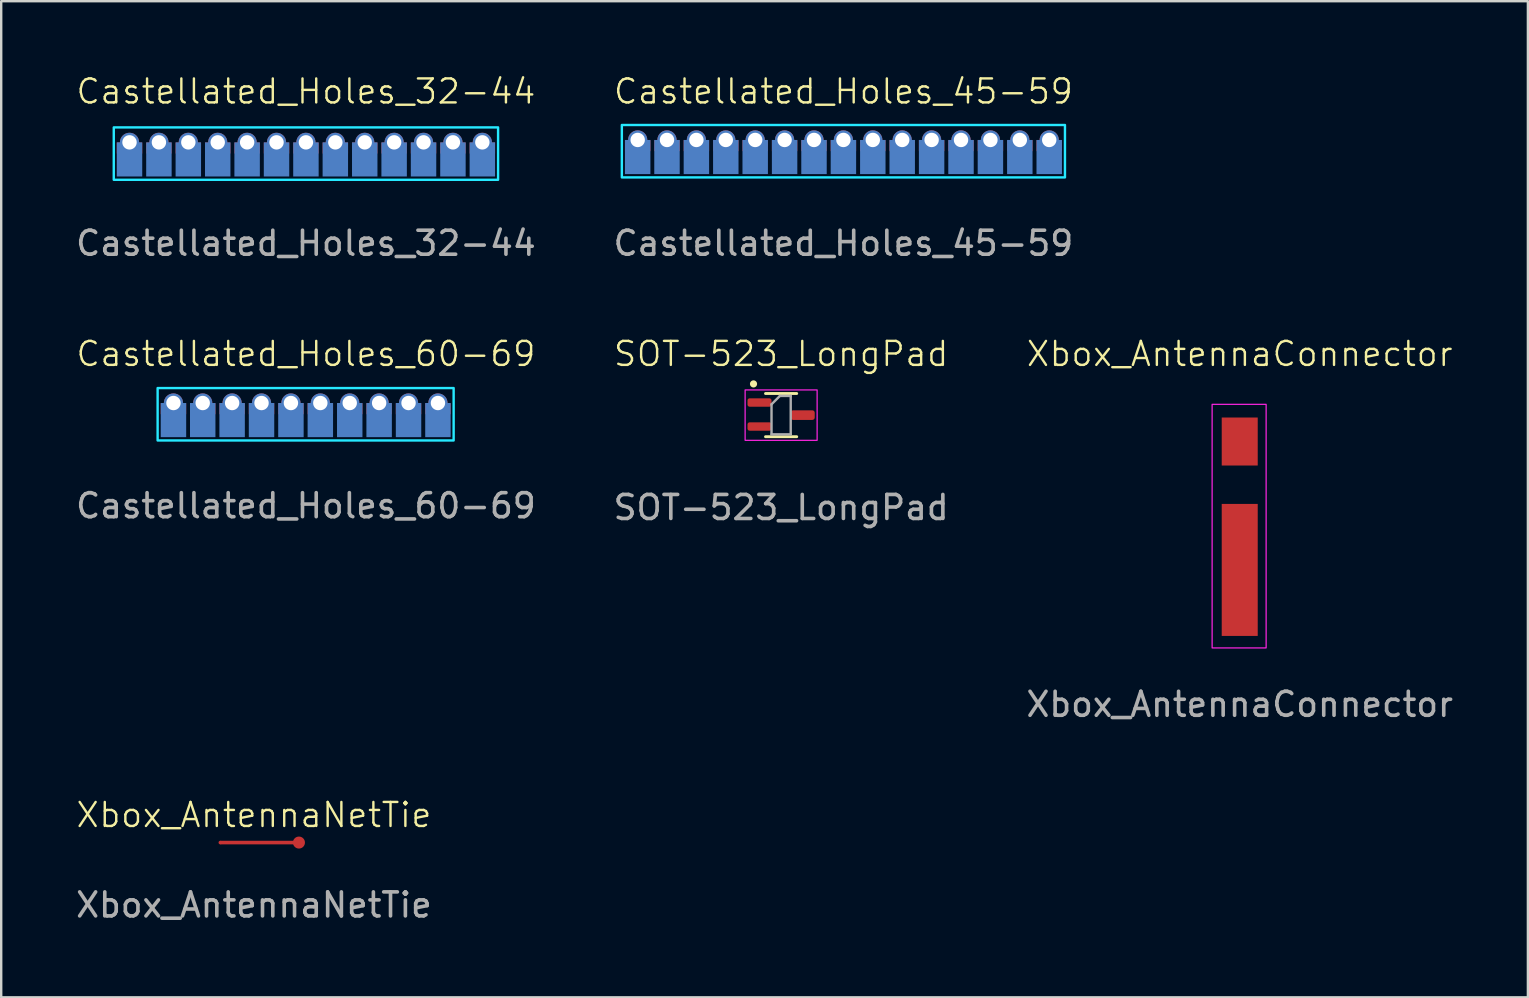
<source format=kicad_pcb>
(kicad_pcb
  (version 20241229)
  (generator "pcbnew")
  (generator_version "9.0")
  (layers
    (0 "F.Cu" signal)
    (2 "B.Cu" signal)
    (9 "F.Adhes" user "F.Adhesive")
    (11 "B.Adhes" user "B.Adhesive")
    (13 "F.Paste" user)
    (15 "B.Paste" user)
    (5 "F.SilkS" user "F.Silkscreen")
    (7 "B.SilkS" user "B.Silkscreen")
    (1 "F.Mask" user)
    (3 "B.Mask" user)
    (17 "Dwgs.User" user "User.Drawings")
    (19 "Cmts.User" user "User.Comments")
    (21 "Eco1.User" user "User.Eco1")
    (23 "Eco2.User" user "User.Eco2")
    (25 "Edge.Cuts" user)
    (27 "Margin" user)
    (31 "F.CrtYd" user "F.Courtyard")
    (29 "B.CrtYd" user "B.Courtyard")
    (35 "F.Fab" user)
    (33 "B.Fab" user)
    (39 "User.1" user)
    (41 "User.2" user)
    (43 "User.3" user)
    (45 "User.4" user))
  (footprint "Castellated_Holes_32-44"
    (layer "F.Cu")
    (at 9.696 2.792)
    (property "Reference" "Castellated_Holes_32-44" (at 0 -2.032 0) (unlocked yes) (layer "F.SilkS") (effects (font (size 1 1) (thickness 0.1))))
    (attr smd)
    (fp_rect (start 8.006 -0.535) (end -8.006 1.649) (stroke (width 0.1) (type default)) (fill no) (layer "B.CrtYd"))
    (fp_text user "${REFERENCE}" (at 0 4.294 0) (unlocked yes) (layer "F.Fab") (effects (font (size 1 1) (thickness 0.15))))
    (pad "1" thru_hole circle (at 7.35 0.089) (size 0.8 0.8) (drill 0.6) (layers "*.Cu" "*.Mask"))
    (pad "1" connect rect (at 7.35 0.325 90) (size 0.46 1.06) (layers "F.Cu" "F.Mask"))
    (pad "1" connect rect (at 7.35 0.8 90) (size 1.422 1.06) (layers "B.Cu" "B.Mask"))
    (pad "2" thru_hole circle (at 6.125 0.089) (size 0.8 0.8) (drill 0.6) (layers "*.Cu" "*.Mask"))
    (pad "2" connect rect (at 6.125 0.325 90) (size 0.46 1.06) (layers "F.Cu" "F.Mask"))
    (pad "2" connect rect (at 6.125 0.8 90) (size 1.422 1.06) (layers "B.Cu" "B.Mask"))
    (pad "3" thru_hole circle (at 4.9 0.089) (size 0.8 0.8) (drill 0.6) (layers "*.Cu" "*.Mask"))
    (pad "3" connect rect (at 4.9 0.325 90) (size 0.46 1.06) (layers "F.Cu" "F.Mask"))
    (pad "3" connect rect (at 4.9 0.8 90) (size 1.422 1.06) (layers "B.Cu" "B.Mask"))
    (pad "4" thru_hole circle (at 3.675 0.089) (size 0.8 0.8) (drill 0.6) (layers "*.Cu" "*.Mask"))
    (pad "4" connect rect (at 3.675 0.325 90) (size 0.46 1.06) (layers "F.Cu" "F.Mask"))
    (pad "4" connect rect (at 3.675 0.8 90) (size 1.422 1.06) (layers "B.Cu" "B.Mask"))
    (pad "5" thru_hole circle (at 2.45 0.089) (size 0.8 0.8) (drill 0.6) (layers "*.Cu" "*.Mask"))
    (pad "5" connect rect (at 2.45 0.325 90) (size 0.46 1.06) (layers "F.Cu" "F.Mask"))
    (pad "5" connect rect (at 2.45 0.8 90) (size 1.422 1.06) (layers "B.Cu" "B.Mask"))
    (pad "6" thru_hole circle (at 1.225 0.089) (size 0.8 0.8) (drill 0.6) (layers "*.Cu" "*.Mask"))
    (pad "6" connect rect (at 1.225 0.325 90) (size 0.46 1.06) (layers "F.Cu" "F.Mask"))
    (pad "6" connect rect (at 1.225 0.8 90) (size 1.422 1.06) (layers "B.Cu" "B.Mask"))
    (pad "7" thru_hole circle (at 0 0.089) (size 0.8 0.8) (drill 0.6) (layers "*.Cu" "*.Mask"))
    (pad "7" connect rect (at 0 0.325 90) (size 0.46 1.06) (layers "F.Cu" "F.Mask"))
    (pad "7" connect rect (at 0 0.8 90) (size 1.422 1.06) (layers "B.Cu" "B.Mask"))
    (pad "8" thru_hole circle (at -1.225 0.089) (size 0.8 0.8) (drill 0.6) (layers "*.Cu" "*.Mask"))
    (pad "8" connect rect (at -1.225 0.325 90) (size 0.46 1.06) (layers "F.Cu" "F.Mask"))
    (pad "8" connect rect (at -1.225 0.8 90) (size 1.422 1.06) (layers "B.Cu" "B.Mask"))
    (pad "9" thru_hole circle (at -2.45 0.089) (size 0.8 0.8) (drill 0.6) (layers "*.Cu" "*.Mask"))
    (pad "9" connect rect (at -2.45 0.325 90) (size 0.46 1.06) (layers "F.Cu" "F.Mask"))
    (pad "9" connect rect (at -2.45 0.8 90) (size 1.422 1.06) (layers "B.Cu" "B.Mask"))
    (pad "10" thru_hole circle (at -3.675 0.089) (size 0.8 0.8) (drill 0.6) (layers "*.Cu" "*.Mask"))
    (pad "10" connect rect (at -3.675 0.325 90) (size 0.46 1.06) (layers "F.Cu" "F.Mask"))
    (pad "10" connect rect (at -3.675 0.8 90) (size 1.422 1.06) (layers "B.Cu" "B.Mask"))
    (pad "11" thru_hole circle (at -4.9 0.089) (size 0.8 0.8) (drill 0.6) (layers "*.Cu" "*.Mask"))
    (pad "11" connect rect (at -4.9 0.325 90) (size 0.46 1.06) (layers "F.Cu" "F.Mask"))
    (pad "11" connect rect (at -4.9 0.8 90) (size 1.422 1.06) (layers "B.Cu" "B.Mask"))
    (pad "12" thru_hole circle (at -6.125 0.089) (size 0.8 0.8) (drill 0.6) (layers "*.Cu" "*.Mask"))
    (pad "12" connect rect (at -6.125 0.325 90) (size 0.46 1.06) (layers "F.Cu" "F.Mask"))
    (pad "12" connect rect (at -6.125 0.8 90) (size 1.422 1.06) (layers "B.Cu" "B.Mask"))
    (pad "13" thru_hole circle (at -7.35 0.089) (size 0.8 0.8) (drill 0.6) (layers "*.Cu" "*.Mask"))
    (pad "13" connect rect (at -7.35 0.325 90) (size 0.46 1.06) (layers "F.Cu" "F.Mask"))
    (pad "13" connect rect (at -7.35 0.8 90) (size 1.422 1.06) (layers "B.Cu" "B.Mask")))
  (footprint "Castellated_Holes_60-69"
    (layer "F.Cu")
    (at 9.696 13.727)
    (property "Reference" "Castellated_Holes_60-69" (at 0 -2.032 0) (unlocked yes) (layer "F.SilkS") (effects (font (size 1 1) (thickness 0.1))))
    (attr smd)
    (fp_rect (start -6.179 -0.61) (end 6.154 1.575) (stroke (width 0.1) (type default)) (fill no) (layer "B.CrtYd"))
    (fp_text user "${REFERENCE}" (at 0 4.294 0) (unlocked yes) (layer "F.Fab") (effects (font (size 1 1) (thickness 0.15))))
    (pad "1" thru_hole circle (at 5.5 0.014) (size 0.8 0.8) (drill 0.6) (layers "*.Cu" "*.Mask"))
    (pad "1" connect rect (at 5.5 0.25 90) (size 0.461 1.06) (layers "F.Cu" "F.Mask"))
    (pad "1" connect rect (at 5.5 0.725 90) (size 1.422 1.06) (layers "B.Cu" "B.Mask"))
    (pad "2" thru_hole circle (at 4.275 0.014) (size 0.8 0.8) (drill 0.6) (layers "*.Cu" "*.Mask"))
    (pad "2" connect rect (at 4.275 0.25 90) (size 0.461 1.06) (layers "F.Cu" "F.Mask"))
    (pad "2" connect rect (at 4.275 0.725 90) (size 1.422 1.06) (layers "B.Cu" "B.Mask"))
    (pad "3" thru_hole circle (at 3.05 0.014) (size 0.8 0.8) (drill 0.6) (layers "*.Cu" "*.Mask"))
    (pad "3" connect rect (at 3.05 0.25 90) (size 0.461 1.06) (layers "F.Cu" "F.Mask"))
    (pad "3" connect rect (at 3.05 0.725 90) (size 1.422 1.06) (layers "B.Cu" "B.Mask"))
    (pad "4" thru_hole circle (at 1.825 0.014) (size 0.8 0.8) (drill 0.6) (layers "*.Cu" "*.Mask"))
    (pad "4" connect rect (at 1.825 0.25 90) (size 0.461 1.06) (layers "F.Cu" "F.Mask"))
    (pad "4" connect rect (at 1.825 0.725 90) (size 1.422 1.06) (layers "B.Cu" "B.Mask"))
    (pad "5" thru_hole circle (at 0.6 0.014) (size 0.8 0.8) (drill 0.6) (layers "*.Cu" "*.Mask"))
    (pad "5" connect rect (at 0.6 0.25 90) (size 0.461 1.06) (layers "F.Cu" "F.Mask"))
    (pad "5" connect rect (at 0.6 0.725 90) (size 1.422 1.06) (layers "B.Cu" "B.Mask"))
    (pad "6" thru_hole circle (at -0.625 0.014) (size 0.8 0.8) (drill 0.6) (layers "*.Cu" "*.Mask"))
    (pad "6" connect rect (at -0.625 0.25 90) (size 0.461 1.06) (layers "F.Cu" "F.Mask"))
    (pad "6" connect rect (at -0.625 0.725 90) (size 1.422 1.06) (layers "B.Cu" "B.Mask"))
    (pad "7" thru_hole circle (at -1.85 0.014) (size 0.8 0.8) (drill 0.6) (layers "*.Cu" "*.Mask"))
    (pad "7" connect rect (at -1.85 0.25 90) (size 0.461 1.06) (layers "F.Cu" "F.Mask"))
    (pad "7" connect rect (at -1.85 0.725 90) (size 1.422 1.06) (layers "B.Cu" "B.Mask"))
    (pad "8" thru_hole circle (at -3.075 0.014) (size 0.8 0.8) (drill 0.6) (layers "*.Cu" "*.Mask"))
    (pad "8" connect rect (at -3.075 0.25 90) (size 0.461 1.06) (layers "F.Cu" "F.Mask"))
    (pad "8" connect rect (at -3.075 0.725 90) (size 1.422 1.06) (layers "B.Cu" "B.Mask"))
    (pad "9" thru_hole circle (at -4.3 0.014) (size 0.8 0.8) (drill 0.6) (layers "*.Cu" "*.Mask"))
    (pad "9" connect rect (at -4.3 0.25 90) (size 0.461 1.06) (layers "F.Cu" "F.Mask"))
    (pad "9" connect rect (at -4.3 0.725 90) (size 1.422 1.06) (layers "B.Cu" "B.Mask"))
    (pad "10" thru_hole circle (at -5.519 0.014) (size 0.8 0.8) (drill 0.6) (layers "*.Cu" "*.Mask"))
    (pad "10" connect rect (at -5.519 0.25 90) (size 0.46 1.06) (layers "F.Cu" "F.Mask"))
    (pad "10" connect rect (at -5.519 0.725 90) (size 1.422 1.06) (layers "B.Cu" "B.Mask")))
  (footprint "Xbox_AntennaConnector"
    (layer "F.Cu")
    (at 48.601 19.095)
    (property "Reference" "Xbox_AntennaConnector" (at 0 -7.4 0) (unlocked yes) (layer "F.SilkS") (effects (font (size 1 1) (thickness 0.1))))
    (attr smd)
    (fp_rect (start -1.15 -5.3) (end 1.1 4.85) (stroke (width 0.05) (type default)) (fill no) (layer "F.CrtYd"))
    (fp_text user "${REFERENCE}" (at 0 7.2 0) (unlocked yes) (layer "F.Fab") (effects (font (size 1 1) (thickness 0.15))))
    (pad "1" smd rect (at 0 1.6) (size 1.5 5.5) (layers "F.Cu" "F.Mask" "F.Paste"))
    (pad "2" smd rect (at 0 -3.75) (size 1.5 2) (layers "F.Cu" "F.Mask" "F.Paste")))
  (footprint "Castellated_Holes_45-59"
    (layer "F.Cu")
    (at 32.089 2.792)
    (property "Reference" "Castellated_Holes_45-59" (at 0 -2.032 0) (unlocked yes) (layer "F.SilkS") (effects (font (size 1 1) (thickness 0.1))))
    (attr smd)
    (fp_rect (start 9.231 -0.635) (end -9.231 1.549) (stroke (width 0.1) (type default)) (fill no) (layer "B.CrtYd"))
    (fp_text user "${REFERENCE}" (at 0 4.294 0) (unlocked yes) (layer "F.Fab") (effects (font (size 1 1) (thickness 0.15))))
    (pad "1" thru_hole circle (at 8.575 -0.011) (size 0.8 0.8) (drill 0.6) (layers "*.Cu" "*.Mask"))
    (pad "1" connect rect (at 8.575 0.225 90) (size 0.46 1.06) (layers "F.Cu" "F.Mask"))
    (pad "1" connect rect (at 8.575 0.7 90) (size 1.422 1.06) (layers "B.Cu" "B.Mask"))
    (pad "2" thru_hole circle (at 7.35 -0.011) (size 0.8 0.8) (drill 0.6) (layers "*.Cu" "*.Mask"))
    (pad "2" connect rect (at 7.35 0.225 90) (size 0.46 1.06) (layers "F.Cu" "F.Mask"))
    (pad "2" connect rect (at 7.35 0.7 90) (size 1.422 1.06) (layers "B.Cu" "B.Mask"))
    (pad "3" thru_hole circle (at 6.125 -0.011) (size 0.8 0.8) (drill 0.6) (layers "*.Cu" "*.Mask"))
    (pad "3" connect rect (at 6.125 0.225 90) (size 0.46 1.06) (layers "F.Cu" "F.Mask"))
    (pad "3" connect rect (at 6.125 0.7 90) (size 1.422 1.06) (layers "B.Cu" "B.Mask"))
    (pad "4" thru_hole circle (at 4.9 -0.011) (size 0.8 0.8) (drill 0.6) (layers "*.Cu" "*.Mask"))
    (pad "4" connect rect (at 4.9 0.225 90) (size 0.46 1.06) (layers "F.Cu" "F.Mask"))
    (pad "4" connect rect (at 4.9 0.7 90) (size 1.422 1.06) (layers "B.Cu" "B.Mask"))
    (pad "5" thru_hole circle (at 3.675 -0.011) (size 0.8 0.8) (drill 0.6) (layers "*.Cu" "*.Mask"))
    (pad "5" connect rect (at 3.675 0.225 90) (size 0.46 1.06) (layers "F.Cu" "F.Mask"))
    (pad "5" connect rect (at 3.675 0.7 90) (size 1.422 1.06) (layers "B.Cu" "B.Mask"))
    (pad "6" thru_hole circle (at 2.45 -0.011) (size 0.8 0.8) (drill 0.6) (layers "*.Cu" "*.Mask"))
    (pad "6" connect rect (at 2.45 0.225 90) (size 0.46 1.06) (layers "F.Cu" "F.Mask"))
    (pad "6" connect rect (at 2.45 0.7 90) (size 1.422 1.06) (layers "B.Cu" "B.Mask"))
    (pad "7" thru_hole circle (at 1.225 -0.011) (size 0.8 0.8) (drill 0.6) (layers "*.Cu" "*.Mask"))
    (pad "7" connect rect (at 1.225 0.225 90) (size 0.46 1.06) (layers "F.Cu" "F.Mask"))
    (pad "7" connect rect (at 1.225 0.7 90) (size 1.422 1.06) (layers "B.Cu" "B.Mask"))
    (pad "8" thru_hole circle (at 0 -0.011) (size 0.8 0.8) (drill 0.6) (layers "*.Cu" "*.Mask"))
    (pad "8" connect rect (at 0 0.225 90) (size 0.46 1.06) (layers "F.Cu" "F.Mask"))
    (pad "8" connect rect (at 0 0.7 90) (size 1.422 1.06) (layers "B.Cu" "B.Mask"))
    (pad "9" thru_hole circle (at -1.225 -0.011) (size 0.8 0.8) (drill 0.6) (layers "*.Cu" "*.Mask"))
    (pad "9" connect rect (at -1.225 0.225 90) (size 0.46 1.06) (layers "F.Cu" "F.Mask"))
    (pad "9" connect rect (at -1.225 0.7 90) (size 1.422 1.06) (layers "B.Cu" "B.Mask"))
    (pad "10" thru_hole circle (at -2.45 -0.011) (size 0.8 0.8) (drill 0.6) (layers "*.Cu" "*.Mask"))
    (pad "10" connect rect (at -2.45 0.225 90) (size 0.46 1.06) (layers "F.Cu" "F.Mask"))
    (pad "10" connect rect (at -2.45 0.7 90) (size 1.422 1.06) (layers "B.Cu" "B.Mask"))
    (pad "11" thru_hole circle (at -3.675 -0.011) (size 0.8 0.8) (drill 0.6) (layers "*.Cu" "*.Mask"))
    (pad "11" connect rect (at -3.675 0.225 90) (size 0.46 1.06) (layers "F.Cu" "F.Mask"))
    (pad "11" connect rect (at -3.675 0.7 90) (size 1.422 1.06) (layers "B.Cu" "B.Mask"))
    (pad "12" thru_hole circle (at -4.9 -0.011) (size 0.8 0.8) (drill 0.6) (layers "*.Cu" "*.Mask"))
    (pad "12" connect rect (at -4.9 0.225 90) (size 0.46 1.06) (layers "F.Cu" "F.Mask"))
    (pad "12" connect rect (at -4.9 0.7 90) (size 1.422 1.06) (layers "B.Cu" "B.Mask"))
    (pad "13" thru_hole circle (at -6.125 -0.011) (size 0.8 0.8) (drill 0.6) (layers "*.Cu" "*.Mask"))
    (pad "13" connect rect (at -6.125 0.225 90) (size 0.46 1.06) (layers "F.Cu" "F.Mask"))
    (pad "13" connect rect (at -6.125 0.7 90) (size 1.422 1.06) (layers "B.Cu" "B.Mask"))
    (pad "14" thru_hole circle (at -7.35 -0.011) (size 0.8 0.8) (drill 0.6) (layers "*.Cu" "*.Mask"))
    (pad "14" connect rect (at -7.35 0.225 90) (size 0.46 1.06) (layers "F.Cu" "F.Mask"))
    (pad "14" connect rect (at -7.35 0.7 90) (size 1.422 1.06) (layers "B.Cu" "B.Mask"))
    (pad "15" thru_hole circle (at -8.571 -0.011) (size 0.8 0.8) (drill 0.6) (layers "*.Cu" "*.Mask"))
    (pad "15" connect rect (at -8.571 0.225 90) (size 0.46 1.06) (layers "F.Cu" "F.Mask"))
    (pad "15" connect rect (at -8.571 0.7 90) (size 1.422 1.06) (layers "B.Cu" "B.Mask")))
  (footprint "Xbox_AntennaNetTie"
    (layer "F.Cu")
    (at 7.53 32.004)
    (property "Reference" "Xbox_AntennaNetTie" (at 0 -1.1 0) (unlocked yes) (layer "F.SilkS") (effects (font (size 1 1) (thickness 0.1))))
    (attr smd exclude_from_pos_files exclude_from_bom allow_missing_courtyard)
    (fp_poly (pts (xy -1.4 -0.025) (xy 1.675 -0.025) (xy 1.675 0.125) (xy -1.4 0.125)) (stroke (width 0) (type solid)) (fill yes) (layer "F.Cu"))
    (fp_text user "${REFERENCE}" (at 0 2.65 0) (unlocked yes) (layer "F.Fab") (effects (font (size 1 1) (thickness 0.15))))
    (pad "1" smd circle (at -1.4 0.05) (size 0.15 0.15) (layers "F.Cu"))
    (pad "2" smd circle (at 1.875 0.05) (size 0.5 0.5) (layers "F.Cu")))
  (footprint "SOT-523_LongPad"
    (layer "F.Cu")
    (at 29.494 14.245)
    (property "Reference" "SOT-523_LongPad" (at 0 -2.55 0) (unlocked yes) (layer "F.SilkS") (effects (font (size 1 1) (thickness 0.1))))
    (attr smd)
    (fp_line (start 0.65 -0.9) (end -0.65 -0.9) (stroke (width 0.12) (type solid)) (layer "F.SilkS"))
    (fp_line (start 0.65 0.9) (end -0.65 0.9) (stroke (width 0.12) (type solid)) (layer "F.SilkS"))
    (fp_circle (center -1.15 -1.3) (end -1 -1.3) (stroke (width 0) (type solid)) (fill yes) (layer "F.SilkS"))
    (fp_rect (start -1.5 -1.05) (end 1.5 1.05) (stroke (width 0.05) (type default)) (fill no) (layer "F.CrtYd"))
    (fp_line (start -0.4 -0.45) (end -0.4 0.8) (stroke (width 0.1) (type solid)) (layer "F.Fab"))
    (fp_line (start -0.4 -0.45) (end -0.05 -0.8) (stroke (width 0.1) (type solid)) (layer "F.Fab"))
    (fp_line (start -0.4 0.8) (end 0.4 0.8) (stroke (width 0.1) (type solid)) (layer "F.Fab"))
    (fp_line (start 0.4 -0.8) (end -0.05 -0.8) (stroke (width 0.1) (type solid)) (layer "F.Fab"))
    (fp_line (start 0.4 0.8) (end 0.4 -0.8) (stroke (width 0.1) (type solid)) (layer "F.Fab"))
    (fp_text user "${REFERENCE}" (at 0 3.85 0) (unlocked yes) (layer "F.Fab") (effects (font (size 1 1) (thickness 0.15))))
    (pad "1" smd roundrect (at -0.9 -0.525 180) (size 1 0.35) (layers "F.Cu" "F.Mask" "F.Paste") (roundrect_rratio 0.25))
    (pad "2" smd roundrect (at -0.9 0.475 180) (size 1 0.35) (layers "F.Cu" "F.Mask" "F.Paste") (roundrect_rratio 0.25))
    (pad "3" smd roundrect (at 0.9 0 180) (size 1 0.4) (layers "F.Cu" "F.Mask" "F.Paste") (roundrect_rratio 0.25)))
  (gr_rect
    (start -3 -3)
    (end 60.607 38.502)
    (stroke (width 0.1) (type default))
    (fill no)
    (layer "Edge.Cuts")))
</source>
